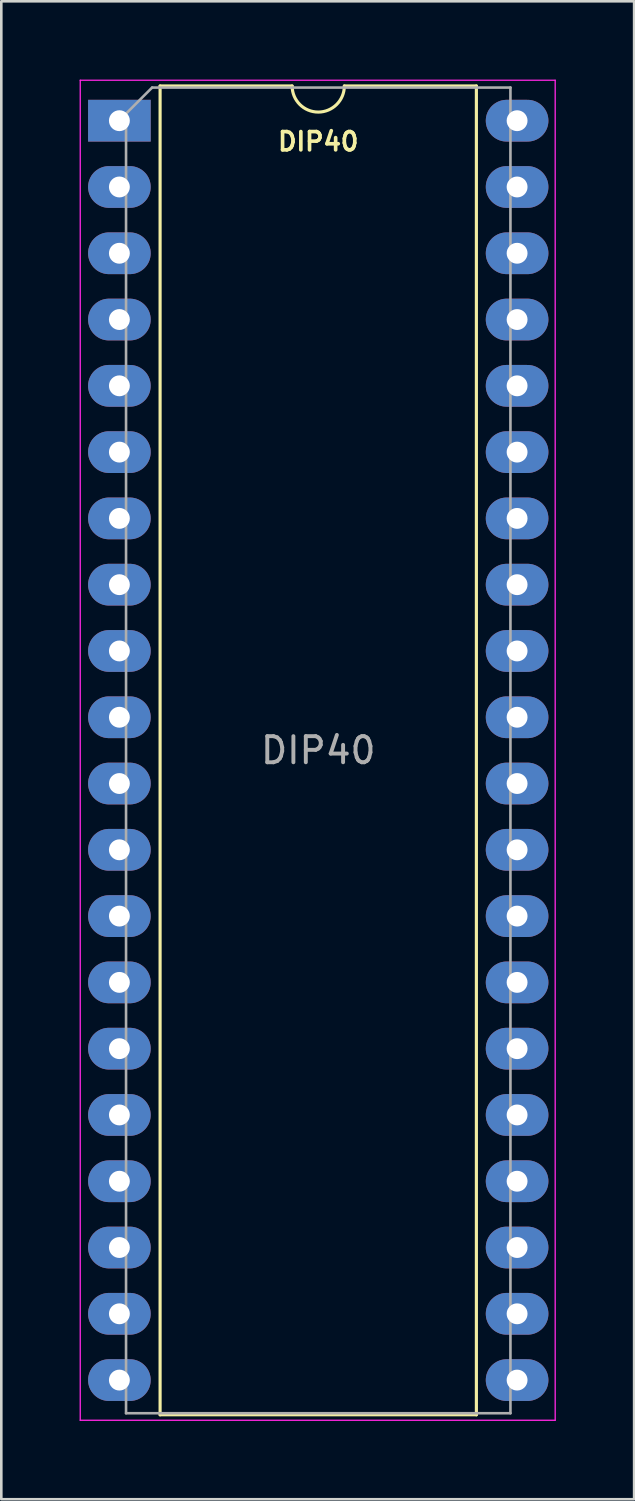
<source format=kicad_pcb>
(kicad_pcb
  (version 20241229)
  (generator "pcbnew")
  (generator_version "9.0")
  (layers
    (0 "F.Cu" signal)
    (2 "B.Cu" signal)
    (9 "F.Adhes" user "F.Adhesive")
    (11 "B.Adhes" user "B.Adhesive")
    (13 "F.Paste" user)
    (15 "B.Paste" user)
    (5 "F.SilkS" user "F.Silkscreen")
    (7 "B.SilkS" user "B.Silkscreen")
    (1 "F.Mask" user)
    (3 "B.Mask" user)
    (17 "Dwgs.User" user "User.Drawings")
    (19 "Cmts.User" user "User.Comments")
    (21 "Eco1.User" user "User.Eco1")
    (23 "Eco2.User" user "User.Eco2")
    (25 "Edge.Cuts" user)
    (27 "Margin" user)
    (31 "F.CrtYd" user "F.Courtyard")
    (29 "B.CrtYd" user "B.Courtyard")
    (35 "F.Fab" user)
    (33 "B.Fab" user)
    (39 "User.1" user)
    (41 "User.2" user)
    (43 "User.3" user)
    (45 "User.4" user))
  (footprint "DIP40"
    (layer "F.Cu")
    (at 1.525 1.575)
    (property "Reference" "DIP40" (at 7.62 0.8 0) (layer "F.SilkS") (effects (font (size 0.7 0.7) (thickness 0.14) (bold yes))))
    (attr through_hole)
    (fp_line (start 1.56 -1.33) (end 1.56 49.59) (stroke (width 0.12) (type solid)) (layer "F.SilkS"))
    (fp_line (start 1.56 49.59) (end 13.68 49.59) (stroke (width 0.12) (type solid)) (layer "F.SilkS"))
    (fp_line (start 6.62 -1.33) (end 1.56 -1.33) (stroke (width 0.12) (type solid)) (layer "F.SilkS"))
    (fp_line (start 13.68 -1.33) (end 8.62 -1.33) (stroke (width 0.12) (type solid)) (layer "F.SilkS"))
    (fp_line (start 13.68 49.59) (end 13.68 -1.33) (stroke (width 0.12) (type solid)) (layer "F.SilkS"))
    (fp_arc (start 8.62 -1.33) (mid 7.62 -0.33) (end 6.62 -1.33) (stroke (width 0.12) (type solid)) (layer "F.SilkS"))
    (fp_line (start -1.5 -1.55) (end -1.5 49.8) (stroke (width 0.05) (type solid)) (layer "F.CrtYd"))
    (fp_line (start -1.5 49.8) (end 16.7 49.8) (stroke (width 0.05) (type solid)) (layer "F.CrtYd"))
    (fp_line (start 16.7 -1.55) (end -1.5 -1.55) (stroke (width 0.05) (type solid)) (layer "F.CrtYd"))
    (fp_line (start 16.7 49.8) (end 16.7 -1.55) (stroke (width 0.05) (type solid)) (layer "F.CrtYd"))
    (fp_line (start 0.255 -0.27) (end 1.255 -1.27) (stroke (width 0.1) (type solid)) (layer "F.Fab"))
    (fp_line (start 0.255 49.53) (end 0.255 -0.27) (stroke (width 0.1) (type solid)) (layer "F.Fab"))
    (fp_line (start 1.255 -1.27) (end 14.985 -1.27) (stroke (width 0.1) (type solid)) (layer "F.Fab"))
    (fp_line (start 14.985 -1.27) (end 14.985 49.53) (stroke (width 0.1) (type solid)) (layer "F.Fab"))
    (fp_line (start 14.985 49.53) (end 0.255 49.53) (stroke (width 0.1) (type solid)) (layer "F.Fab"))
    (fp_text user "${REFERENCE}" (at 7.62 24.13 0) (layer "F.Fab") (effects (font (size 1 1) (thickness 0.15))))
    (pad "1" thru_hole rect (at 0 0) (size 2.4 1.6) (drill 0.8) (layers "*.Cu" "*.Mask"))
    (pad "2" thru_hole oval (at 0 2.54) (size 2.4 1.6) (drill 0.8) (layers "*.Cu" "*.Mask"))
    (pad "3" thru_hole oval (at 0 5.08) (size 2.4 1.6) (drill 0.8) (layers "*.Cu" "*.Mask"))
    (pad "4" thru_hole oval (at 0 7.62) (size 2.4 1.6) (drill 0.8) (layers "*.Cu" "*.Mask"))
    (pad "5" thru_hole oval (at 0 10.16) (size 2.4 1.6) (drill 0.8) (layers "*.Cu" "*.Mask"))
    (pad "6" thru_hole oval (at 0 12.7) (size 2.4 1.6) (drill 0.8) (layers "*.Cu" "*.Mask"))
    (pad "7" thru_hole oval (at 0 15.24) (size 2.4 1.6) (drill 0.8) (layers "*.Cu" "*.Mask"))
    (pad "8" thru_hole oval (at 0 17.78) (size 2.4 1.6) (drill 0.8) (layers "*.Cu" "*.Mask"))
    (pad "9" thru_hole oval (at 0 20.32) (size 2.4 1.6) (drill 0.8) (layers "*.Cu" "*.Mask"))
    (pad "10" thru_hole oval (at 0 22.86) (size 2.4 1.6) (drill 0.8) (layers "*.Cu" "*.Mask"))
    (pad "11" thru_hole oval (at 0 25.4) (size 2.4 1.6) (drill 0.8) (layers "*.Cu" "*.Mask"))
    (pad "12" thru_hole oval (at 0 27.94) (size 2.4 1.6) (drill 0.8) (layers "*.Cu" "*.Mask"))
    (pad "13" thru_hole oval (at 0 30.48) (size 2.4 1.6) (drill 0.8) (layers "*.Cu" "*.Mask"))
    (pad "14" thru_hole oval (at 0 33.02) (size 2.4 1.6) (drill 0.8) (layers "*.Cu" "*.Mask"))
    (pad "15" thru_hole oval (at 0 35.56) (size 2.4 1.6) (drill 0.8) (layers "*.Cu" "*.Mask"))
    (pad "16" thru_hole oval (at 0 38.1) (size 2.4 1.6) (drill 0.8) (layers "*.Cu" "*.Mask"))
    (pad "17" thru_hole oval (at 0 40.64) (size 2.4 1.6) (drill 0.8) (layers "*.Cu" "*.Mask"))
    (pad "18" thru_hole oval (at 0 43.18) (size 2.4 1.6) (drill 0.8) (layers "*.Cu" "*.Mask"))
    (pad "19" thru_hole oval (at 0 45.72) (size 2.4 1.6) (drill 0.8) (layers "*.Cu" "*.Mask"))
    (pad "20" thru_hole oval (at 0 48.26) (size 2.4 1.6) (drill 0.8) (layers "*.Cu" "*.Mask"))
    (pad "21" thru_hole oval (at 15.24 48.26) (size 2.4 1.6) (drill 0.8) (layers "*.Cu" "*.Mask"))
    (pad "22" thru_hole oval (at 15.24 45.72) (size 2.4 1.6) (drill 0.8) (layers "*.Cu" "*.Mask"))
    (pad "23" thru_hole oval (at 15.24 43.18) (size 2.4 1.6) (drill 0.8) (layers "*.Cu" "*.Mask"))
    (pad "24" thru_hole oval (at 15.24 40.64) (size 2.4 1.6) (drill 0.8) (layers "*.Cu" "*.Mask"))
    (pad "25" thru_hole oval (at 15.24 38.1) (size 2.4 1.6) (drill 0.8) (layers "*.Cu" "*.Mask"))
    (pad "26" thru_hole oval (at 15.24 35.56) (size 2.4 1.6) (drill 0.8) (layers "*.Cu" "*.Mask"))
    (pad "27" thru_hole oval (at 15.24 33.02) (size 2.4 1.6) (drill 0.8) (layers "*.Cu" "*.Mask"))
    (pad "28" thru_hole oval (at 15.24 30.48) (size 2.4 1.6) (drill 0.8) (layers "*.Cu" "*.Mask"))
    (pad "29" thru_hole oval (at 15.24 27.94) (size 2.4 1.6) (drill 0.8) (layers "*.Cu" "*.Mask"))
    (pad "30" thru_hole oval (at 15.24 25.4) (size 2.4 1.6) (drill 0.8) (layers "*.Cu" "*.Mask"))
    (pad "31" thru_hole oval (at 15.24 22.86) (size 2.4 1.6) (drill 0.8) (layers "*.Cu" "*.Mask"))
    (pad "32" thru_hole oval (at 15.24 20.32) (size 2.4 1.6) (drill 0.8) (layers "*.Cu" "*.Mask"))
    (pad "33" thru_hole oval (at 15.24 17.78) (size 2.4 1.6) (drill 0.8) (layers "*.Cu" "*.Mask"))
    (pad "34" thru_hole oval (at 15.24 15.24) (size 2.4 1.6) (drill 0.8) (layers "*.Cu" "*.Mask"))
    (pad "35" thru_hole oval (at 15.24 12.7) (size 2.4 1.6) (drill 0.8) (layers "*.Cu" "*.Mask"))
    (pad "36" thru_hole oval (at 15.24 10.16) (size 2.4 1.6) (drill 0.8) (layers "*.Cu" "*.Mask"))
    (pad "37" thru_hole oval (at 15.24 7.62) (size 2.4 1.6) (drill 0.8) (layers "*.Cu" "*.Mask"))
    (pad "38" thru_hole oval (at 15.24 5.08) (size 2.4 1.6) (drill 0.8) (layers "*.Cu" "*.Mask"))
    (pad "39" thru_hole oval (at 15.24 2.54) (size 2.4 1.6) (drill 0.8) (layers "*.Cu" "*.Mask"))
    (pad "40" thru_hole oval (at 15.24 0) (size 2.4 1.6) (drill 0.8) (layers "*.Cu" "*.Mask")))
  (gr_rect
    (start -3 -3)
    (end 21.25 54.4)
    (stroke (width 0.1) (type default))
    (fill no)
    (layer "Edge.Cuts")))
</source>
